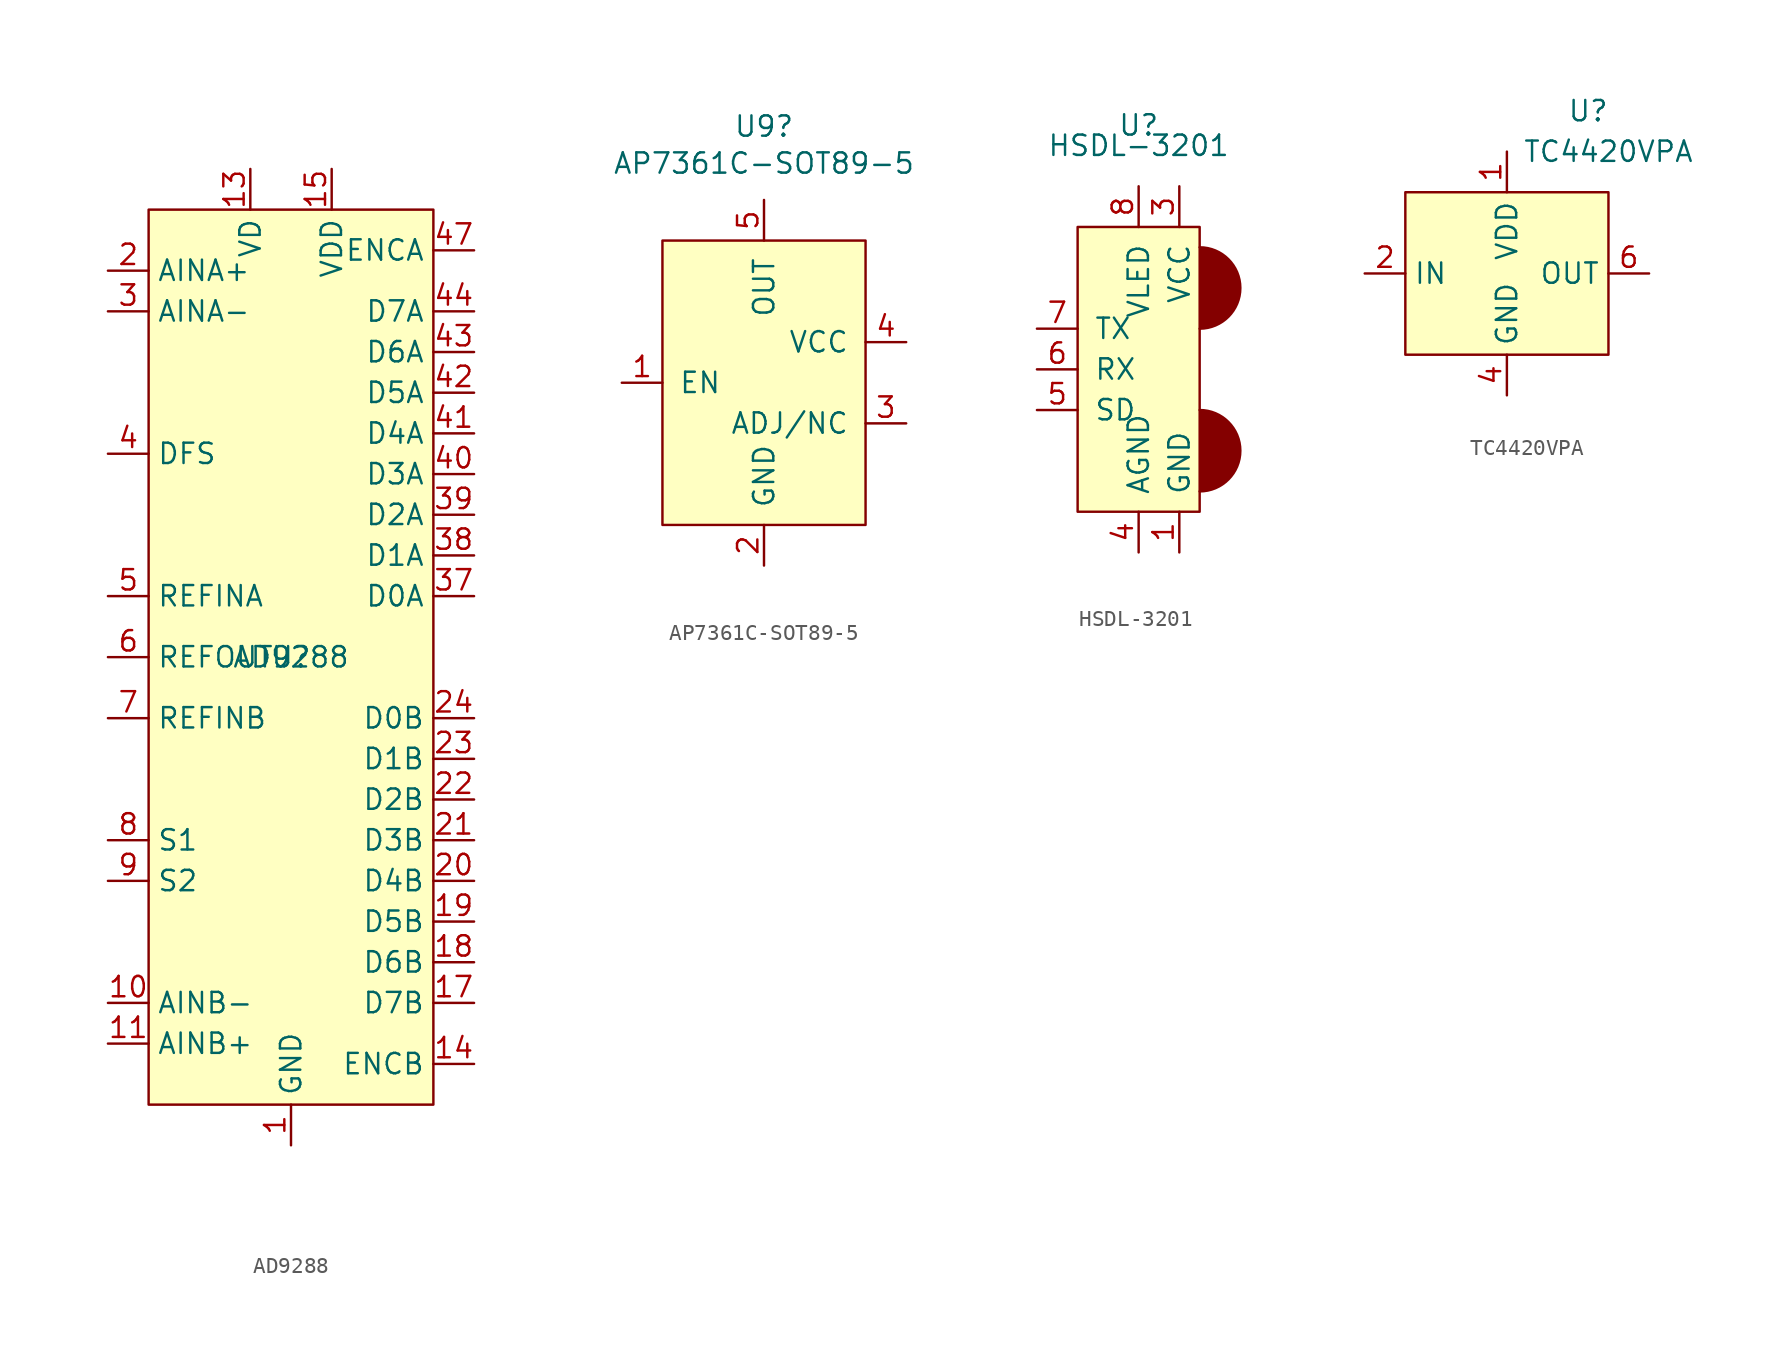
<source format=kicad_sym>
(kicad_symbol_lib
  (version 20220914)
  (generator kicad_symbol_editor)
  (symbol "AD9288"
    (property "Reference" "U"
      (at 0 0 0)
      (effects (font (size 1.27 1.27))))
    (property "Value" "AD9288"
      (at 0 0 0)
      (effects (font (size 1.27 1.27))))
    (symbol "AD9288_1_1"
      (rectangle (start -8.89 27.94) (end 8.89 -27.94) (stroke (width 0) (type default)) (fill (type background)))
      (pin power_in line (at 0 -30.48 90) (length 2.54) (name "GND" (effects (font (size 1.27 1.27)))) (number "1" (effects (font (size 1.27 1.27)))))
      (pin input line (at -11.43 -21.59 0) (length 2.54) (name "AINB-" (effects (font (size 1.27 1.27)))) (number "10" (effects (font (size 1.27 1.27)))))
      (pin input line (at -11.43 -24.13 0) (length 2.54) (name "AINB+" (effects (font (size 1.27 1.27)))) (number "11" (effects (font (size 1.27 1.27)))))
      (pin power_in line (at 0 -30.48 90) (length 2.54) hide (name "GND" (effects (font (size 1.27 1.27)))) (number "12" (effects (font (size 1.27 1.27)))))
      (pin power_in line (at -2.54 30.48 270) (length 2.54) (name "VD" (effects (font (size 1.27 1.27)))) (number "13" (effects (font (size 1.27 1.27)))))
      (pin input line (at 11.43 -25.4 180) (length 2.54) (name "ENCB" (effects (font (size 1.27 1.27)))) (number "14" (effects (font (size 1.27 1.27)))))
      (pin power_in line (at 2.54 30.48 270) (length 2.54) (name "VDD" (effects (font (size 1.27 1.27)))) (number "15" (effects (font (size 1.27 1.27)))))
      (pin power_in line (at 0 -30.48 90) (length 2.54) hide (name "GND" (effects (font (size 1.27 1.27)))) (number "16" (effects (font (size 1.27 1.27)))))
      (pin output line (at 11.43 -21.59 180) (length 2.54) (name "D7B" (effects (font (size 1.27 1.27)))) (number "17" (effects (font (size 1.27 1.27)))))
      (pin output line (at 11.43 -19.05 180) (length 2.54) (name "D6B" (effects (font (size 1.27 1.27)))) (number "18" (effects (font (size 1.27 1.27)))))
      (pin output line (at 11.43 -16.51 180) (length 2.54) (name "D5B" (effects (font (size 1.27 1.27)))) (number "19" (effects (font (size 1.27 1.27)))))
      (pin input line (at -11.43 24.13 0) (length 2.54) (name "AINA+" (effects (font (size 1.27 1.27)))) (number "2" (effects (font (size 1.27 1.27)))))
      (pin output line (at 11.43 -13.97 180) (length 2.54) (name "D4B" (effects (font (size 1.27 1.27)))) (number "20" (effects (font (size 1.27 1.27)))))
      (pin output line (at 11.43 -11.43 180) (length 2.54) (name "D3B" (effects (font (size 1.27 1.27)))) (number "21" (effects (font (size 1.27 1.27)))))
      (pin output line (at 11.43 -8.89 180) (length 2.54) (name "D2B" (effects (font (size 1.27 1.27)))) (number "22" (effects (font (size 1.27 1.27)))))
      (pin output line (at 11.43 -6.35 180) (length 2.54) (name "D1B" (effects (font (size 1.27 1.27)))) (number "23" (effects (font (size 1.27 1.27)))))
      (pin output line (at 11.43 -3.81 180) (length 2.54) (name "D0B" (effects (font (size 1.27 1.27)))) (number "24" (effects (font (size 1.27 1.27)))))
      (pin power_in line (at 0 -30.48 90) (length 2.54) hide (name "GND" (effects (font (size 1.27 1.27)))) (number "27" (effects (font (size 1.27 1.27)))))
      (pin power_in line (at 2.54 30.48 270) (length 2.54) hide (name "VDD" (effects (font (size 1.27 1.27)))) (number "28" (effects (font (size 1.27 1.27)))))
      (pin power_in line (at 0 -30.48 90) (length 2.54) hide (name "GND" (effects (font (size 1.27 1.27)))) (number "29" (effects (font (size 1.27 1.27)))))
      (pin input line (at -11.43 21.59 0) (length 2.54) (name "AINA-" (effects (font (size 1.27 1.27)))) (number "3" (effects (font (size 1.27 1.27)))))
      (pin power_in line (at -2.54 30.48 270) (length 2.54) hide (name "VD" (effects (font (size 1.27 1.27)))) (number "30" (effects (font (size 1.27 1.27)))))
      (pin power_in line (at -2.54 30.48 270) (length 2.54) hide (name "VD" (effects (font (size 1.27 1.27)))) (number "31" (effects (font (size 1.27 1.27)))))
      (pin power_in line (at 0 -30.48 90) (length 2.54) hide (name "GND" (effects (font (size 1.27 1.27)))) (number "32" (effects (font (size 1.27 1.27)))))
      (pin power_in line (at 2.54 30.48 270) (length 2.54) hide (name "VDD" (effects (font (size 1.27 1.27)))) (number "33" (effects (font (size 1.27 1.27)))))
      (pin power_in line (at 0 -30.48 90) (length 2.54) hide (name "GND" (effects (font (size 1.27 1.27)))) (number "34" (effects (font (size 1.27 1.27)))))
      (pin output line (at 11.43 3.81 180) (length 2.54) (name "D0A" (effects (font (size 1.27 1.27)))) (number "37" (effects (font (size 1.27 1.27)))))
      (pin output line (at 11.43 6.35 180) (length 2.54) (name "D1A" (effects (font (size 1.27 1.27)))) (number "38" (effects (font (size 1.27 1.27)))))
      (pin output line (at 11.43 8.89 180) (length 2.54) (name "D2A" (effects (font (size 1.27 1.27)))) (number "39" (effects (font (size 1.27 1.27)))))
      (pin input line (at -11.43 12.7 0) (length 2.54) (name "DFS" (effects (font (size 1.27 1.27)))) (number "4" (effects (font (size 1.27 1.27)))))
      (pin output line (at 11.43 11.43 180) (length 2.54) (name "D3A" (effects (font (size 1.27 1.27)))) (number "40" (effects (font (size 1.27 1.27)))))
      (pin output line (at 11.43 13.97 180) (length 2.54) (name "D4A" (effects (font (size 1.27 1.27)))) (number "41" (effects (font (size 1.27 1.27)))))
      (pin output line (at 11.43 16.51 180) (length 2.54) (name "D5A" (effects (font (size 1.27 1.27)))) (number "42" (effects (font (size 1.27 1.27)))))
      (pin output line (at 11.43 19.05 180) (length 2.54) (name "D6A" (effects (font (size 1.27 1.27)))) (number "43" (effects (font (size 1.27 1.27)))))
      (pin output line (at 11.43 21.59 180) (length 2.54) (name "D7A" (effects (font (size 1.27 1.27)))) (number "44" (effects (font (size 1.27 1.27)))))
      (pin power_in line (at 0 -30.48 90) (length 2.54) hide (name "GND" (effects (font (size 1.27 1.27)))) (number "45" (effects (font (size 1.27 1.27)))))
      (pin power_in line (at 2.54 30.48 270) (length 2.54) hide (name "VDD" (effects (font (size 1.27 1.27)))) (number "46" (effects (font (size 1.27 1.27)))))
      (pin input line (at 11.43 25.4 180) (length 2.54) (name "ENCA" (effects (font (size 1.27 1.27)))) (number "47" (effects (font (size 1.27 1.27)))))
      (pin power_in line (at -2.54 30.48 270) (length 2.54) hide (name "VD" (effects (font (size 1.27 1.27)))) (number "48" (effects (font (size 1.27 1.27)))))
      (pin input line (at -11.43 3.81 0) (length 2.54) (name "REFINA" (effects (font (size 1.27 1.27)))) (number "5" (effects (font (size 1.27 1.27)))))
      (pin output line (at -11.43 0 0) (length 2.54) (name "REFOUT" (effects (font (size 1.27 1.27)))) (number "6" (effects (font (size 1.27 1.27)))))
      (pin input line (at -11.43 -3.81 0) (length 2.54) (name "REFINB" (effects (font (size 1.27 1.27)))) (number "7" (effects (font (size 1.27 1.27)))))
      (pin input line (at -11.43 -11.43 0) (length 2.54) (name "S1" (effects (font (size 1.27 1.27)))) (number "8" (effects (font (size 1.27 1.27)))))
      (pin input line (at -11.43 -13.97 0) (length 2.54) (name "S2" (effects (font (size 1.27 1.27)))) (number "9" (effects (font (size 1.27 1.27)))))))
  (symbol "AP7361C-SOT89-5"
    (pin_names
      (offset 1.016))
    (property "Reference" "U9"
      (at 0 16.027 0)
      (effects (font (size 1.27 1.27))))
    (property "Value" "AP7361C-SOT89-5"
      (at 0 13.716 0)
      (effects (font (size 1.27 1.27))))
    (symbol "AP7361C-SOT89-5_0_1"
      (rectangle (start -6.35 8.89) (end 6.35 -8.89) (stroke (width 0) (type default)) (fill (type background))))
    (symbol "AP7361C-SOT89-5_1_1"
      (pin input line (at -8.89 0 0) (length 2.54) (name "EN" (effects (font (size 1.27 1.27)))) (number "1" (effects (font (size 1.27 1.27)))))
      (pin power_in line (at 0 -11.43 90) (length 2.54) (name "GND" (effects (font (size 1.27 1.27)))) (number "2" (effects (font (size 1.27 1.27)))))
      (pin input line (at 8.89 -2.54 180) (length 2.54) (name "ADJ/NC" (effects (font (size 1.27 1.27)))) (number "3" (effects (font (size 1.27 1.27)))))
      (pin power_in line (at 8.89 2.54 180) (length 2.54) (name "VCC" (effects (font (size 1.27 1.27)))) (number "4" (effects (font (size 1.27 1.27)))))
      (pin power_out line (at 0 11.43 270) (length 2.54) (name "OUT" (effects (font (size 1.27 1.27)))) (number "5" (effects (font (size 1.27 1.27)))))))
  (symbol "HSDL-3201"
    (pin_names
      (offset 1.016))
    (property "Reference" "U"
      (at 0 15.24 0)
      (effects (font (size 1.27 1.27))))
    (property "Value" "HSDL-3201"
      (at 0 13.97 0)
      (effects (font (size 1.27 1.27))))
    (symbol "HSDL-3201_0_1"
      (rectangle (start -3.81 8.89) (end 3.81 -8.89) (stroke (width 0) (type default)) (fill (type background)))
      (arc (start 3.81 -7.62) (mid 6.339 -5.08) (end 3.81 -2.54) (stroke (width 0) (type default)) (fill (type outline)))
      (arc (start 3.81 2.54) (mid 6.339 5.08) (end 3.81 7.62) (stroke (width 0) (type default)) (fill (type outline))))
    (symbol "HSDL-3201_1_1"
      (pin passive line (at 0 -11.43 90) (length 2.54) hide (name "CASE" (effects (font (size 1.27 1.27)))) (number "0" (effects (font (size 1.27 1.27)))))
      (pin power_in line (at 2.54 -11.43 90) (length 2.54) (name "GND" (effects (font (size 1.27 1.27)))) (number "1" (effects (font (size 1.27 1.27)))))
      (pin power_in line (at 2.54 11.43 270) (length 2.54) (name "VCC" (effects (font (size 1.27 1.27)))) (number "3" (effects (font (size 1.27 1.27)))))
      (pin power_in line (at 0 -11.43 90) (length 2.54) (name "AGND" (effects (font (size 1.27 1.27)))) (number "4" (effects (font (size 1.27 1.27)))))
      (pin input line (at -6.35 -2.54 0) (length 2.54) (name "SD" (effects (font (size 1.27 1.27)))) (number "5" (effects (font (size 1.27 1.27)))))
      (pin input line (at -6.35 0 0) (length 2.54) (name "RX" (effects (font (size 1.27 1.27)))) (number "6" (effects (font (size 1.27 1.27)))))
      (pin output line (at -6.35 2.54 0) (length 2.54) (name "TX" (effects (font (size 1.27 1.27)))) (number "7" (effects (font (size 1.27 1.27)))))
      (pin power_in line (at 0 11.43 270) (length 2.54) (name "VLED" (effects (font (size 1.27 1.27)))) (number "8" (effects (font (size 1.27 1.27)))))))
  (symbol "TC4420VPA"
    (property "Reference" "U"
      (at 5.08 10.16 0)
      (effects (font (size 1.27 1.27))))
    (property "Value" "TC4420VPA"
      (at 6.35 7.62 0)
      (effects (font (size 1.27 1.27))))
    (symbol "TC4420VPA_0_1"
      (rectangle (start -6.35 5.08) (end 6.35 -5.08) (stroke (width 0) (type default)) (fill (type background))))
    (symbol "TC4420VPA_1_1"
      (pin power_in line (at 0 7.62 270) (length 2.54) (name "VDD" (effects (font (size 1.27 1.27)))) (number "1" (effects (font (size 1.27 1.27)))))
      (pin input line (at -8.89 0 0) (length 2.54) (name "IN" (effects (font (size 1.27 1.27)))) (number "2" (effects (font (size 1.27 1.27)))))
      (pin power_in line (at 0 -7.62 90) (length 2.54) (name "GND" (effects (font (size 1.27 1.27)))) (number "4" (effects (font (size 1.27 1.27)))))
      (pin power_in line (at 0 -7.62 90) (length 2.54) hide (name "GND" (effects (font (size 1.27 1.27)))) (number "5" (effects (font (size 1.27 1.27)))))
      (pin output line (at 8.89 0 180) (length 2.54) (name "OUT" (effects (font (size 1.27 1.27)))) (number "6" (effects (font (size 1.27 1.27)))))
      (pin output line (at 8.89 0 180) (length 2.54) hide (name "OUT" (effects (font (size 1.27 1.27)))) (number "7" (effects (font (size 1.27 1.27)))))
      (pin power_in line (at 0 7.62 270) (length 2.54) hide (name "VDD" (effects (font (size 1.27 1.27)))) (number "8" (effects (font (size 1.27 1.27))))))))
</source>
